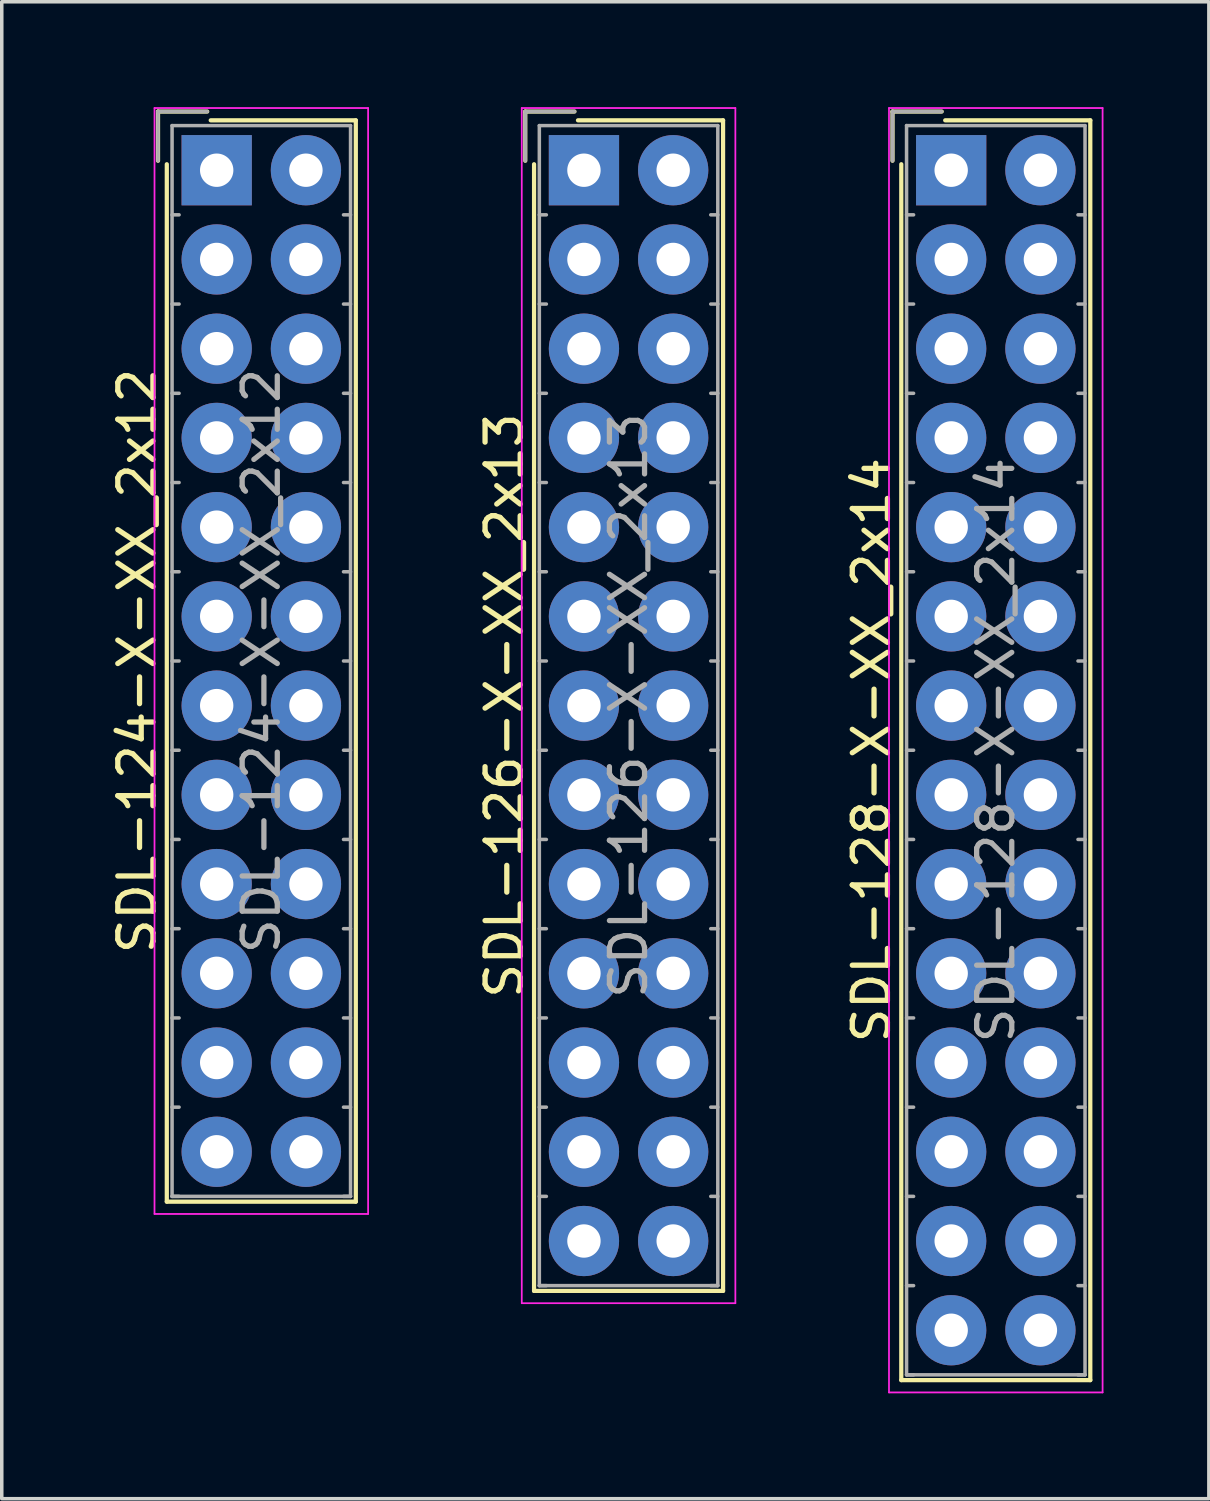
<source format=kicad_pcb>
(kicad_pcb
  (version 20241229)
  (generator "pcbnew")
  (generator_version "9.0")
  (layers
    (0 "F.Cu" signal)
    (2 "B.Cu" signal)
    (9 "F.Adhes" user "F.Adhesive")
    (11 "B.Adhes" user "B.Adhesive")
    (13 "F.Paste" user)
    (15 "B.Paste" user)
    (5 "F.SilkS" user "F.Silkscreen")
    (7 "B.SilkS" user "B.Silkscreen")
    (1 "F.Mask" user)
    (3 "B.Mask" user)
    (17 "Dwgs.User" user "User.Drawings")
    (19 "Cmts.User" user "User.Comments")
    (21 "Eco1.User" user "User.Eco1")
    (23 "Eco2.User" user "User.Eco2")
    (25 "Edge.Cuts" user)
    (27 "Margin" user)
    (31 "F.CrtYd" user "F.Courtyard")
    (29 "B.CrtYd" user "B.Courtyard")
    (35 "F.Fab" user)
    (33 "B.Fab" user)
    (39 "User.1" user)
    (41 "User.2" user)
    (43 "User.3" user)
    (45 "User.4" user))
  (footprint "SDL-126-X-XX_2x13"
    (layer "F.Cu")
    (at 13.572 1.795)
    (property "Reference" "SDL-126-X-XX_2x13" (at -2.27 15.24 90) (layer "F.SilkS") (effects (font (size 1 1) (thickness 0.15))))
    (attr through_hole)
    (fp_line (start -1.67 -1.67) (end -1.67 -0.27) (stroke (width 0.12) (type solid)) (layer "F.SilkS"))
    (fp_line (start -1.42 31.9) (end -1.42 -0.17) (stroke (width 0.12) (type solid)) (layer "F.SilkS"))
    (fp_line (start -0.27 -1.67) (end -1.67 -1.67) (stroke (width 0.12) (type solid)) (layer "F.SilkS"))
    (fp_line (start -0.17 -1.42) (end 3.96 -1.42) (stroke (width 0.12) (type solid)) (layer "F.SilkS"))
    (fp_line (start 3.96 -1.42) (end 3.96 31.9) (stroke (width 0.12) (type solid)) (layer "F.SilkS"))
    (fp_line (start 3.96 31.9) (end -1.42 31.9) (stroke (width 0.12) (type solid)) (layer "F.SilkS"))
    (fp_line (start -1.77 -1.77) (end -1.77 32.25) (stroke (width 0.05) (type solid)) (layer "F.CrtYd"))
    (fp_line (start -1.77 32.25) (end 4.31 32.25) (stroke (width 0.05) (type solid)) (layer "F.CrtYd"))
    (fp_line (start 4.31 -1.77) (end -1.77 -1.77) (stroke (width 0.05) (type solid)) (layer "F.CrtYd"))
    (fp_line (start 4.31 32.25) (end 4.31 -1.77) (stroke (width 0.05) (type solid)) (layer "F.CrtYd"))
    (fp_line (start -1.67 -1.67) (end -1.67 -0.27) (stroke (width 0.1) (type solid)) (layer "F.Fab"))
    (fp_line (start -1.27 -1.27) (end -1.27 31.75) (stroke (width 0.1) (type solid)) (layer "F.Fab"))
    (fp_line (start -1.27 1.27) (end -1.07 1.27) (stroke (width 0.1) (type solid)) (layer "F.Fab"))
    (fp_line (start -1.27 3.81) (end -1.07 3.81) (stroke (width 0.1) (type solid)) (layer "F.Fab"))
    (fp_line (start -1.27 6.35) (end -1.07 6.35) (stroke (width 0.1) (type solid)) (layer "F.Fab"))
    (fp_line (start -1.27 8.89) (end -1.07 8.89) (stroke (width 0.1) (type solid)) (layer "F.Fab"))
    (fp_line (start -1.27 11.43) (end -1.07 11.43) (stroke (width 0.1) (type solid)) (layer "F.Fab"))
    (fp_line (start -1.27 13.97) (end -1.07 13.97) (stroke (width 0.1) (type solid)) (layer "F.Fab"))
    (fp_line (start -1.27 16.51) (end -1.07 16.51) (stroke (width 0.1) (type solid)) (layer "F.Fab"))
    (fp_line (start -1.27 19.05) (end -1.07 19.05) (stroke (width 0.1) (type solid)) (layer "F.Fab"))
    (fp_line (start -1.27 21.59) (end -1.07 21.59) (stroke (width 0.1) (type solid)) (layer "F.Fab"))
    (fp_line (start -1.27 24.13) (end -1.07 24.13) (stroke (width 0.1) (type solid)) (layer "F.Fab"))
    (fp_line (start -1.27 26.67) (end -1.07 26.67) (stroke (width 0.1) (type solid)) (layer "F.Fab"))
    (fp_line (start -1.27 29.21) (end -1.07 29.21) (stroke (width 0.1) (type solid)) (layer "F.Fab"))
    (fp_line (start -1.27 31.75) (end -1.07 31.75) (stroke (width 0.1) (type solid)) (layer "F.Fab"))
    (fp_line (start -1.27 31.75) (end 3.81 31.75) (stroke (width 0.1) (type solid)) (layer "F.Fab"))
    (fp_line (start -0.27 -1.67) (end -1.67 -1.67) (stroke (width 0.1) (type solid)) (layer "F.Fab"))
    (fp_line (start 3.81 -1.27) (end -1.27 -1.27) (stroke (width 0.1) (type solid)) (layer "F.Fab"))
    (fp_line (start 3.81 1.27) (end 3.61 1.27) (stroke (width 0.1) (type solid)) (layer "F.Fab"))
    (fp_line (start 3.81 3.81) (end 3.61 3.81) (stroke (width 0.1) (type solid)) (layer "F.Fab"))
    (fp_line (start 3.81 6.35) (end 3.61 6.35) (stroke (width 0.1) (type solid)) (layer "F.Fab"))
    (fp_line (start 3.81 8.89) (end 3.61 8.89) (stroke (width 0.1) (type solid)) (layer "F.Fab"))
    (fp_line (start 3.81 11.43) (end 3.61 11.43) (stroke (width 0.1) (type solid)) (layer "F.Fab"))
    (fp_line (start 3.81 13.97) (end 3.61 13.97) (stroke (width 0.1) (type solid)) (layer "F.Fab"))
    (fp_line (start 3.81 16.51) (end 3.61 16.51) (stroke (width 0.1) (type solid)) (layer "F.Fab"))
    (fp_line (start 3.81 19.05) (end 3.61 19.05) (stroke (width 0.1) (type solid)) (layer "F.Fab"))
    (fp_line (start 3.81 21.59) (end 3.61 21.59) (stroke (width 0.1) (type solid)) (layer "F.Fab"))
    (fp_line (start 3.81 24.13) (end 3.61 24.13) (stroke (width 0.1) (type solid)) (layer "F.Fab"))
    (fp_line (start 3.81 26.67) (end 3.61 26.67) (stroke (width 0.1) (type solid)) (layer "F.Fab"))
    (fp_line (start 3.81 29.21) (end 3.61 29.21) (stroke (width 0.1) (type solid)) (layer "F.Fab"))
    (fp_line (start 3.81 31.75) (end 3.61 31.75) (stroke (width 0.1) (type solid)) (layer "F.Fab"))
    (fp_line (start 3.81 31.75) (end 3.81 -1.27) (stroke (width 0.1) (type solid)) (layer "F.Fab"))
    (fp_text user "${REFERENCE}" (at 1.27 15.24 90) (layer "F.Fab") (effects (font (size 1 1) (thickness 0.15))))
    (pad "1" thru_hole rect (at 0 0) (size 2 2) (drill 0.95) (layers "*.Cu" "*.Mask"))
    (pad "2" thru_hole circle (at 2.54 0) (size 2 2) (drill 0.95) (layers "*.Cu" "*.Mask"))
    (pad "3" thru_hole circle (at 0 2.54) (size 2 2) (drill 0.95) (layers "*.Cu" "*.Mask"))
    (pad "4" thru_hole circle (at 2.54 2.54) (size 2 2) (drill 0.95) (layers "*.Cu" "*.Mask"))
    (pad "5" thru_hole circle (at 0 5.08) (size 2 2) (drill 0.95) (layers "*.Cu" "*.Mask"))
    (pad "6" thru_hole circle (at 2.54 5.08) (size 2 2) (drill 0.95) (layers "*.Cu" "*.Mask"))
    (pad "7" thru_hole circle (at 0 7.62) (size 2 2) (drill 0.95) (layers "*.Cu" "*.Mask"))
    (pad "8" thru_hole circle (at 2.54 7.62) (size 2 2) (drill 0.95) (layers "*.Cu" "*.Mask"))
    (pad "9" thru_hole circle (at 0 10.16) (size 2 2) (drill 0.95) (layers "*.Cu" "*.Mask"))
    (pad "10" thru_hole circle (at 2.54 10.16) (size 2 2) (drill 0.95) (layers "*.Cu" "*.Mask"))
    (pad "11" thru_hole circle (at 0 12.7) (size 2 2) (drill 0.95) (layers "*.Cu" "*.Mask"))
    (pad "12" thru_hole circle (at 2.54 12.7) (size 2 2) (drill 0.95) (layers "*.Cu" "*.Mask"))
    (pad "13" thru_hole circle (at 0 15.24) (size 2 2) (drill 0.95) (layers "*.Cu" "*.Mask"))
    (pad "14" thru_hole circle (at 2.54 15.24) (size 2 2) (drill 0.95) (layers "*.Cu" "*.Mask"))
    (pad "15" thru_hole circle (at 0 17.78) (size 2 2) (drill 0.95) (layers "*.Cu" "*.Mask"))
    (pad "16" thru_hole circle (at 2.54 17.78) (size 2 2) (drill 0.95) (layers "*.Cu" "*.Mask"))
    (pad "17" thru_hole circle (at 0 20.32) (size 2 2) (drill 0.95) (layers "*.Cu" "*.Mask"))
    (pad "18" thru_hole circle (at 2.54 20.32) (size 2 2) (drill 0.95) (layers "*.Cu" "*.Mask"))
    (pad "19" thru_hole circle (at 0 22.86) (size 2 2) (drill 0.95) (layers "*.Cu" "*.Mask"))
    (pad "20" thru_hole circle (at 2.54 22.86) (size 2 2) (drill 0.95) (layers "*.Cu" "*.Mask"))
    (pad "21" thru_hole circle (at 0 25.4) (size 2 2) (drill 0.95) (layers "*.Cu" "*.Mask"))
    (pad "22" thru_hole circle (at 2.54 25.4) (size 2 2) (drill 0.95) (layers "*.Cu" "*.Mask"))
    (pad "23" thru_hole circle (at 0 27.94) (size 2 2) (drill 0.95) (layers "*.Cu" "*.Mask"))
    (pad "24" thru_hole circle (at 2.54 27.94) (size 2 2) (drill 0.95) (layers "*.Cu" "*.Mask"))
    (pad "25" thru_hole circle (at 0 30.48) (size 2 2) (drill 0.95) (layers "*.Cu" "*.Mask"))
    (pad "26" thru_hole circle (at 2.54 30.48) (size 2 2) (drill 0.95) (layers "*.Cu" "*.Mask")))
  (footprint "SDL-128-X-XX_2x14"
    (layer "F.Cu")
    (at 24.025 1.795)
    (property "Reference" "SDL-128-X-XX_2x14" (at -2.27 16.51 90) (layer "F.SilkS") (effects (font (size 1 1) (thickness 0.15))))
    (attr through_hole)
    (fp_line (start -1.67 -1.67) (end -1.67 -0.27) (stroke (width 0.12) (type solid)) (layer "F.SilkS"))
    (fp_line (start -1.42 34.44) (end -1.42 -0.17) (stroke (width 0.12) (type solid)) (layer "F.SilkS"))
    (fp_line (start -0.27 -1.67) (end -1.67 -1.67) (stroke (width 0.12) (type solid)) (layer "F.SilkS"))
    (fp_line (start -0.17 -1.42) (end 3.96 -1.42) (stroke (width 0.12) (type solid)) (layer "F.SilkS"))
    (fp_line (start 3.96 -1.42) (end 3.96 34.44) (stroke (width 0.12) (type solid)) (layer "F.SilkS"))
    (fp_line (start 3.96 34.44) (end -1.42 34.44) (stroke (width 0.12) (type solid)) (layer "F.SilkS"))
    (fp_line (start -1.77 -1.77) (end -1.77 34.79) (stroke (width 0.05) (type solid)) (layer "F.CrtYd"))
    (fp_line (start -1.77 34.79) (end 4.31 34.79) (stroke (width 0.05) (type solid)) (layer "F.CrtYd"))
    (fp_line (start 4.31 -1.77) (end -1.77 -1.77) (stroke (width 0.05) (type solid)) (layer "F.CrtYd"))
    (fp_line (start 4.31 34.79) (end 4.31 -1.77) (stroke (width 0.05) (type solid)) (layer "F.CrtYd"))
    (fp_line (start -1.67 -1.67) (end -1.67 -0.27) (stroke (width 0.1) (type solid)) (layer "F.Fab"))
    (fp_line (start -1.27 -1.27) (end -1.27 34.29) (stroke (width 0.1) (type solid)) (layer "F.Fab"))
    (fp_line (start -1.27 1.27) (end -1.07 1.27) (stroke (width 0.1) (type solid)) (layer "F.Fab"))
    (fp_line (start -1.27 3.81) (end -1.07 3.81) (stroke (width 0.1) (type solid)) (layer "F.Fab"))
    (fp_line (start -1.27 6.35) (end -1.07 6.35) (stroke (width 0.1) (type solid)) (layer "F.Fab"))
    (fp_line (start -1.27 8.89) (end -1.07 8.89) (stroke (width 0.1) (type solid)) (layer "F.Fab"))
    (fp_line (start -1.27 11.43) (end -1.07 11.43) (stroke (width 0.1) (type solid)) (layer "F.Fab"))
    (fp_line (start -1.27 13.97) (end -1.07 13.97) (stroke (width 0.1) (type solid)) (layer "F.Fab"))
    (fp_line (start -1.27 16.51) (end -1.07 16.51) (stroke (width 0.1) (type solid)) (layer "F.Fab"))
    (fp_line (start -1.27 19.05) (end -1.07 19.05) (stroke (width 0.1) (type solid)) (layer "F.Fab"))
    (fp_line (start -1.27 21.59) (end -1.07 21.59) (stroke (width 0.1) (type solid)) (layer "F.Fab"))
    (fp_line (start -1.27 24.13) (end -1.07 24.13) (stroke (width 0.1) (type solid)) (layer "F.Fab"))
    (fp_line (start -1.27 26.67) (end -1.07 26.67) (stroke (width 0.1) (type solid)) (layer "F.Fab"))
    (fp_line (start -1.27 29.21) (end -1.07 29.21) (stroke (width 0.1) (type solid)) (layer "F.Fab"))
    (fp_line (start -1.27 31.75) (end -1.07 31.75) (stroke (width 0.1) (type solid)) (layer "F.Fab"))
    (fp_line (start -1.27 34.29) (end -1.07 34.29) (stroke (width 0.1) (type solid)) (layer "F.Fab"))
    (fp_line (start -1.27 34.29) (end 3.81 34.29) (stroke (width 0.1) (type solid)) (layer "F.Fab"))
    (fp_line (start -0.27 -1.67) (end -1.67 -1.67) (stroke (width 0.1) (type solid)) (layer "F.Fab"))
    (fp_line (start 3.81 -1.27) (end -1.27 -1.27) (stroke (width 0.1) (type solid)) (layer "F.Fab"))
    (fp_line (start 3.81 1.27) (end 3.61 1.27) (stroke (width 0.1) (type solid)) (layer "F.Fab"))
    (fp_line (start 3.81 3.81) (end 3.61 3.81) (stroke (width 0.1) (type solid)) (layer "F.Fab"))
    (fp_line (start 3.81 6.35) (end 3.61 6.35) (stroke (width 0.1) (type solid)) (layer "F.Fab"))
    (fp_line (start 3.81 8.89) (end 3.61 8.89) (stroke (width 0.1) (type solid)) (layer "F.Fab"))
    (fp_line (start 3.81 11.43) (end 3.61 11.43) (stroke (width 0.1) (type solid)) (layer "F.Fab"))
    (fp_line (start 3.81 13.97) (end 3.61 13.97) (stroke (width 0.1) (type solid)) (layer "F.Fab"))
    (fp_line (start 3.81 16.51) (end 3.61 16.51) (stroke (width 0.1) (type solid)) (layer "F.Fab"))
    (fp_line (start 3.81 19.05) (end 3.61 19.05) (stroke (width 0.1) (type solid)) (layer "F.Fab"))
    (fp_line (start 3.81 21.59) (end 3.61 21.59) (stroke (width 0.1) (type solid)) (layer "F.Fab"))
    (fp_line (start 3.81 24.13) (end 3.61 24.13) (stroke (width 0.1) (type solid)) (layer "F.Fab"))
    (fp_line (start 3.81 26.67) (end 3.61 26.67) (stroke (width 0.1) (type solid)) (layer "F.Fab"))
    (fp_line (start 3.81 29.21) (end 3.61 29.21) (stroke (width 0.1) (type solid)) (layer "F.Fab"))
    (fp_line (start 3.81 31.75) (end 3.61 31.75) (stroke (width 0.1) (type solid)) (layer "F.Fab"))
    (fp_line (start 3.81 34.29) (end 3.61 34.29) (stroke (width 0.1) (type solid)) (layer "F.Fab"))
    (fp_line (start 3.81 34.29) (end 3.81 -1.27) (stroke (width 0.1) (type solid)) (layer "F.Fab"))
    (fp_text user "${REFERENCE}" (at 1.27 16.51 90) (layer "F.Fab") (effects (font (size 1 1) (thickness 0.15))))
    (pad "1" thru_hole rect (at 0 0) (size 2 2) (drill 0.95) (layers "*.Cu" "*.Mask"))
    (pad "2" thru_hole circle (at 2.54 0) (size 2 2) (drill 0.95) (layers "*.Cu" "*.Mask"))
    (pad "3" thru_hole circle (at 0 2.54) (size 2 2) (drill 0.95) (layers "*.Cu" "*.Mask"))
    (pad "4" thru_hole circle (at 2.54 2.54) (size 2 2) (drill 0.95) (layers "*.Cu" "*.Mask"))
    (pad "5" thru_hole circle (at 0 5.08) (size 2 2) (drill 0.95) (layers "*.Cu" "*.Mask"))
    (pad "6" thru_hole circle (at 2.54 5.08) (size 2 2) (drill 0.95) (layers "*.Cu" "*.Mask"))
    (pad "7" thru_hole circle (at 0 7.62) (size 2 2) (drill 0.95) (layers "*.Cu" "*.Mask"))
    (pad "8" thru_hole circle (at 2.54 7.62) (size 2 2) (drill 0.95) (layers "*.Cu" "*.Mask"))
    (pad "9" thru_hole circle (at 0 10.16) (size 2 2) (drill 0.95) (layers "*.Cu" "*.Mask"))
    (pad "10" thru_hole circle (at 2.54 10.16) (size 2 2) (drill 0.95) (layers "*.Cu" "*.Mask"))
    (pad "11" thru_hole circle (at 0 12.7) (size 2 2) (drill 0.95) (layers "*.Cu" "*.Mask"))
    (pad "12" thru_hole circle (at 2.54 12.7) (size 2 2) (drill 0.95) (layers "*.Cu" "*.Mask"))
    (pad "13" thru_hole circle (at 0 15.24) (size 2 2) (drill 0.95) (layers "*.Cu" "*.Mask"))
    (pad "14" thru_hole circle (at 2.54 15.24) (size 2 2) (drill 0.95) (layers "*.Cu" "*.Mask"))
    (pad "15" thru_hole circle (at 0 17.78) (size 2 2) (drill 0.95) (layers "*.Cu" "*.Mask"))
    (pad "16" thru_hole circle (at 2.54 17.78) (size 2 2) (drill 0.95) (layers "*.Cu" "*.Mask"))
    (pad "17" thru_hole circle (at 0 20.32) (size 2 2) (drill 0.95) (layers "*.Cu" "*.Mask"))
    (pad "18" thru_hole circle (at 2.54 20.32) (size 2 2) (drill 0.95) (layers "*.Cu" "*.Mask"))
    (pad "19" thru_hole circle (at 0 22.86) (size 2 2) (drill 0.95) (layers "*.Cu" "*.Mask"))
    (pad "20" thru_hole circle (at 2.54 22.86) (size 2 2) (drill 0.95) (layers "*.Cu" "*.Mask"))
    (pad "21" thru_hole circle (at 0 25.4) (size 2 2) (drill 0.95) (layers "*.Cu" "*.Mask"))
    (pad "22" thru_hole circle (at 2.54 25.4) (size 2 2) (drill 0.95) (layers "*.Cu" "*.Mask"))
    (pad "23" thru_hole circle (at 0 27.94) (size 2 2) (drill 0.95) (layers "*.Cu" "*.Mask"))
    (pad "24" thru_hole circle (at 2.54 27.94) (size 2 2) (drill 0.95) (layers "*.Cu" "*.Mask"))
    (pad "25" thru_hole circle (at 0 30.48) (size 2 2) (drill 0.95) (layers "*.Cu" "*.Mask"))
    (pad "26" thru_hole circle (at 2.54 30.48) (size 2 2) (drill 0.95) (layers "*.Cu" "*.Mask"))
    (pad "27" thru_hole circle (at 0 33.02) (size 2 2) (drill 0.95) (layers "*.Cu" "*.Mask"))
    (pad "28" thru_hole circle (at 2.54 33.02) (size 2 2) (drill 0.95) (layers "*.Cu" "*.Mask")))
  (footprint "SDL-124-X-XX_2x12"
    (layer "F.Cu")
    (at 3.118 1.795)
    (property "Reference" "SDL-124-X-XX_2x12" (at -2.27 13.97 90) (layer "F.SilkS") (effects (font (size 1 1) (thickness 0.15))))
    (attr through_hole)
    (fp_line (start -1.67 -1.67) (end -1.67 -0.27) (stroke (width 0.12) (type solid)) (layer "F.SilkS"))
    (fp_line (start -1.42 29.36) (end -1.42 -0.17) (stroke (width 0.12) (type solid)) (layer "F.SilkS"))
    (fp_line (start -0.27 -1.67) (end -1.67 -1.67) (stroke (width 0.12) (type solid)) (layer "F.SilkS"))
    (fp_line (start -0.17 -1.42) (end 3.96 -1.42) (stroke (width 0.12) (type solid)) (layer "F.SilkS"))
    (fp_line (start 3.96 -1.42) (end 3.96 29.36) (stroke (width 0.12) (type solid)) (layer "F.SilkS"))
    (fp_line (start 3.96 29.36) (end -1.42 29.36) (stroke (width 0.12) (type solid)) (layer "F.SilkS"))
    (fp_line (start -1.77 -1.77) (end -1.77 29.71) (stroke (width 0.05) (type solid)) (layer "F.CrtYd"))
    (fp_line (start -1.77 29.71) (end 4.31 29.71) (stroke (width 0.05) (type solid)) (layer "F.CrtYd"))
    (fp_line (start 4.31 -1.77) (end -1.77 -1.77) (stroke (width 0.05) (type solid)) (layer "F.CrtYd"))
    (fp_line (start 4.31 29.71) (end 4.31 -1.77) (stroke (width 0.05) (type solid)) (layer "F.CrtYd"))
    (fp_line (start -1.67 -1.67) (end -1.67 -0.27) (stroke (width 0.1) (type solid)) (layer "F.Fab"))
    (fp_line (start -1.27 -1.27) (end -1.27 29.21) (stroke (width 0.1) (type solid)) (layer "F.Fab"))
    (fp_line (start -1.27 1.27) (end -1.07 1.27) (stroke (width 0.1) (type solid)) (layer "F.Fab"))
    (fp_line (start -1.27 3.81) (end -1.07 3.81) (stroke (width 0.1) (type solid)) (layer "F.Fab"))
    (fp_line (start -1.27 6.35) (end -1.07 6.35) (stroke (width 0.1) (type solid)) (layer "F.Fab"))
    (fp_line (start -1.27 8.89) (end -1.07 8.89) (stroke (width 0.1) (type solid)) (layer "F.Fab"))
    (fp_line (start -1.27 11.43) (end -1.07 11.43) (stroke (width 0.1) (type solid)) (layer "F.Fab"))
    (fp_line (start -1.27 13.97) (end -1.07 13.97) (stroke (width 0.1) (type solid)) (layer "F.Fab"))
    (fp_line (start -1.27 16.51) (end -1.07 16.51) (stroke (width 0.1) (type solid)) (layer "F.Fab"))
    (fp_line (start -1.27 19.05) (end -1.07 19.05) (stroke (width 0.1) (type solid)) (layer "F.Fab"))
    (fp_line (start -1.27 21.59) (end -1.07 21.59) (stroke (width 0.1) (type solid)) (layer "F.Fab"))
    (fp_line (start -1.27 24.13) (end -1.07 24.13) (stroke (width 0.1) (type solid)) (layer "F.Fab"))
    (fp_line (start -1.27 26.67) (end -1.07 26.67) (stroke (width 0.1) (type solid)) (layer "F.Fab"))
    (fp_line (start -1.27 29.21) (end -1.07 29.21) (stroke (width 0.1) (type solid)) (layer "F.Fab"))
    (fp_line (start -1.27 29.21) (end 3.81 29.21) (stroke (width 0.1) (type solid)) (layer "F.Fab"))
    (fp_line (start -0.27 -1.67) (end -1.67 -1.67) (stroke (width 0.1) (type solid)) (layer "F.Fab"))
    (fp_line (start 3.81 -1.27) (end -1.27 -1.27) (stroke (width 0.1) (type solid)) (layer "F.Fab"))
    (fp_line (start 3.81 1.27) (end 3.61 1.27) (stroke (width 0.1) (type solid)) (layer "F.Fab"))
    (fp_line (start 3.81 3.81) (end 3.61 3.81) (stroke (width 0.1) (type solid)) (layer "F.Fab"))
    (fp_line (start 3.81 6.35) (end 3.61 6.35) (stroke (width 0.1) (type solid)) (layer "F.Fab"))
    (fp_line (start 3.81 8.89) (end 3.61 8.89) (stroke (width 0.1) (type solid)) (layer "F.Fab"))
    (fp_line (start 3.81 11.43) (end 3.61 11.43) (stroke (width 0.1) (type solid)) (layer "F.Fab"))
    (fp_line (start 3.81 13.97) (end 3.61 13.97) (stroke (width 0.1) (type solid)) (layer "F.Fab"))
    (fp_line (start 3.81 16.51) (end 3.61 16.51) (stroke (width 0.1) (type solid)) (layer "F.Fab"))
    (fp_line (start 3.81 19.05) (end 3.61 19.05) (stroke (width 0.1) (type solid)) (layer "F.Fab"))
    (fp_line (start 3.81 21.59) (end 3.61 21.59) (stroke (width 0.1) (type solid)) (layer "F.Fab"))
    (fp_line (start 3.81 24.13) (end 3.61 24.13) (stroke (width 0.1) (type solid)) (layer "F.Fab"))
    (fp_line (start 3.81 26.67) (end 3.61 26.67) (stroke (width 0.1) (type solid)) (layer "F.Fab"))
    (fp_line (start 3.81 29.21) (end 3.61 29.21) (stroke (width 0.1) (type solid)) (layer "F.Fab"))
    (fp_line (start 3.81 29.21) (end 3.81 -1.27) (stroke (width 0.1) (type solid)) (layer "F.Fab"))
    (fp_text user "${REFERENCE}" (at 1.27 13.97 90) (layer "F.Fab") (effects (font (size 1 1) (thickness 0.15))))
    (pad "1" thru_hole rect (at 0 0) (size 2 2) (drill 0.95) (layers "*.Cu" "*.Mask"))
    (pad "2" thru_hole circle (at 2.54 0) (size 2 2) (drill 0.95) (layers "*.Cu" "*.Mask"))
    (pad "3" thru_hole circle (at 0 2.54) (size 2 2) (drill 0.95) (layers "*.Cu" "*.Mask"))
    (pad "4" thru_hole circle (at 2.54 2.54) (size 2 2) (drill 0.95) (layers "*.Cu" "*.Mask"))
    (pad "5" thru_hole circle (at 0 5.08) (size 2 2) (drill 0.95) (layers "*.Cu" "*.Mask"))
    (pad "6" thru_hole circle (at 2.54 5.08) (size 2 2) (drill 0.95) (layers "*.Cu" "*.Mask"))
    (pad "7" thru_hole circle (at 0 7.62) (size 2 2) (drill 0.95) (layers "*.Cu" "*.Mask"))
    (pad "8" thru_hole circle (at 2.54 7.62) (size 2 2) (drill 0.95) (layers "*.Cu" "*.Mask"))
    (pad "9" thru_hole circle (at 0 10.16) (size 2 2) (drill 0.95) (layers "*.Cu" "*.Mask"))
    (pad "10" thru_hole circle (at 2.54 10.16) (size 2 2) (drill 0.95) (layers "*.Cu" "*.Mask"))
    (pad "11" thru_hole circle (at 0 12.7) (size 2 2) (drill 0.95) (layers "*.Cu" "*.Mask"))
    (pad "12" thru_hole circle (at 2.54 12.7) (size 2 2) (drill 0.95) (layers "*.Cu" "*.Mask"))
    (pad "13" thru_hole circle (at 0 15.24) (size 2 2) (drill 0.95) (layers "*.Cu" "*.Mask"))
    (pad "14" thru_hole circle (at 2.54 15.24) (size 2 2) (drill 0.95) (layers "*.Cu" "*.Mask"))
    (pad "15" thru_hole circle (at 0 17.78) (size 2 2) (drill 0.95) (layers "*.Cu" "*.Mask"))
    (pad "16" thru_hole circle (at 2.54 17.78) (size 2 2) (drill 0.95) (layers "*.Cu" "*.Mask"))
    (pad "17" thru_hole circle (at 0 20.32) (size 2 2) (drill 0.95) (layers "*.Cu" "*.Mask"))
    (pad "18" thru_hole circle (at 2.54 20.32) (size 2 2) (drill 0.95) (layers "*.Cu" "*.Mask"))
    (pad "19" thru_hole circle (at 0 22.86) (size 2 2) (drill 0.95) (layers "*.Cu" "*.Mask"))
    (pad "20" thru_hole circle (at 2.54 22.86) (size 2 2) (drill 0.95) (layers "*.Cu" "*.Mask"))
    (pad "21" thru_hole circle (at 0 25.4) (size 2 2) (drill 0.95) (layers "*.Cu" "*.Mask"))
    (pad "22" thru_hole circle (at 2.54 25.4) (size 2 2) (drill 0.95) (layers "*.Cu" "*.Mask"))
    (pad "23" thru_hole circle (at 0 27.94) (size 2 2) (drill 0.95) (layers "*.Cu" "*.Mask"))
    (pad "24" thru_hole circle (at 2.54 27.94) (size 2 2) (drill 0.95) (layers "*.Cu" "*.Mask")))
  (gr_rect
    (start -3 -3)
    (end 31.36 39.61)
    (stroke (width 0.1) (type default))
    (fill no)
    (layer "Edge.Cuts")))
</source>
